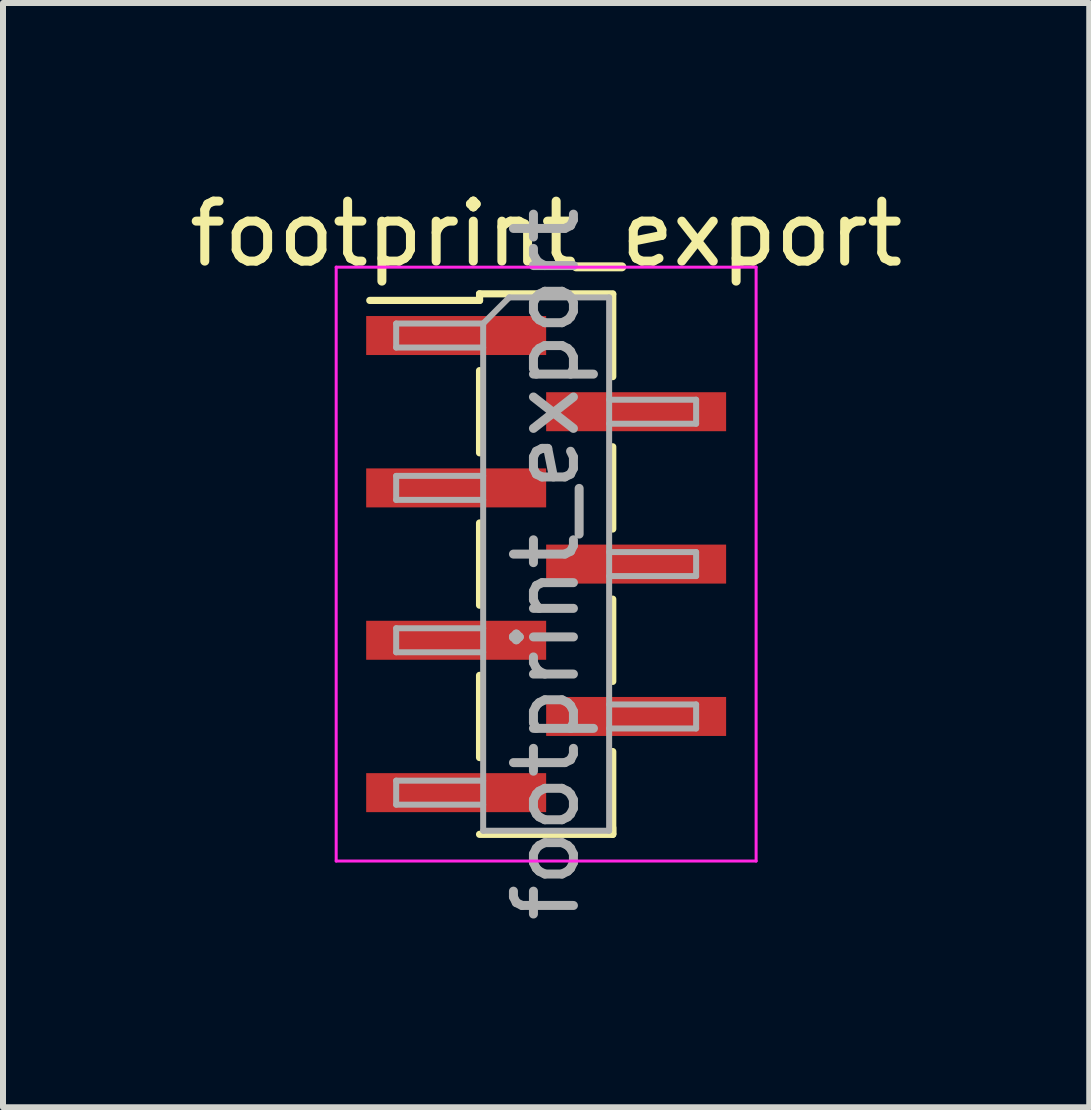
<source format=kicad_pcb>
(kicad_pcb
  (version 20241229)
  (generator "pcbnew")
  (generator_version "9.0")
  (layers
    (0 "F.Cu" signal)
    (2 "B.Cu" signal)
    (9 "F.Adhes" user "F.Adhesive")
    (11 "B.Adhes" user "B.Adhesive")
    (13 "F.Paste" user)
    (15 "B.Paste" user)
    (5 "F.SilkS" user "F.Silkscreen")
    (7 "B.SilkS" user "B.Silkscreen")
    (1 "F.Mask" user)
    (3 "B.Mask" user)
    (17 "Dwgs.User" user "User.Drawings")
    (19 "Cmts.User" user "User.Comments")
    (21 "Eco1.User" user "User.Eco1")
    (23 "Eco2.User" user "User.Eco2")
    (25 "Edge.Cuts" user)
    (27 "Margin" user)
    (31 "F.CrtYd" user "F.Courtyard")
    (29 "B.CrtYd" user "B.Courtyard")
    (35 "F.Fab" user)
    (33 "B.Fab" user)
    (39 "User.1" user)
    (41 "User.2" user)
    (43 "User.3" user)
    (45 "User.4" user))
  (footprint "footprint_export"
    (layer "F.Cu")
    (at 6.054 6.353)
    (property "Reference" "footprint_export" (at 0 -5.505 0) (layer "F.SilkS") (effects (font (size 1 1) (thickness 0.15))))
    (attr smd)
    (fp_line (start -1.11 -4.505) (end -1.11 -4.395) (stroke (width 0.12) (type solid)) (layer "F.SilkS"))
    (fp_line (start -1.11 -4.505) (end 1.11 -4.505) (stroke (width 0.12) (type solid)) (layer "F.SilkS"))
    (fp_line (start -1.11 -4.395) (end -2.94 -4.395) (stroke (width 0.12) (type solid)) (layer "F.SilkS"))
    (fp_line (start -1.11 -3.225) (end -1.11 -1.855) (stroke (width 0.12) (type solid)) (layer "F.SilkS"))
    (fp_line (start -1.11 -0.685) (end -1.11 0.685) (stroke (width 0.12) (type solid)) (layer "F.SilkS"))
    (fp_line (start -1.11 1.855) (end -1.11 3.225) (stroke (width 0.12) (type solid)) (layer "F.SilkS"))
    (fp_line (start -1.11 4.505) (end 1.11 4.505) (stroke (width 0.12) (type solid)) (layer "F.SilkS"))
    (fp_line (start 1.11 -4.495) (end 1.11 -3.125) (stroke (width 0.12) (type solid)) (layer "F.SilkS"))
    (fp_line (start 1.11 -1.955) (end 1.11 -0.585) (stroke (width 0.12) (type solid)) (layer "F.SilkS"))
    (fp_line (start 1.11 0.585) (end 1.11 1.955) (stroke (width 0.12) (type solid)) (layer "F.SilkS"))
    (fp_line (start 1.11 3.125) (end 1.11 4.495) (stroke (width 0.12) (type solid)) (layer "F.SilkS"))
    (fp_line (start 1.11 4.395) (end 1.11 4.505) (stroke (width 0.12) (type solid)) (layer "F.SilkS"))
    (fp_line (start -3.5 -4.95) (end -3.5 4.95) (stroke (width 0.05) (type solid)) (layer "F.CrtYd"))
    (fp_line (start -3.5 4.95) (end 3.5 4.95) (stroke (width 0.05) (type solid)) (layer "F.CrtYd"))
    (fp_line (start 3.5 -4.95) (end -3.5 -4.95) (stroke (width 0.05) (type solid)) (layer "F.CrtYd"))
    (fp_line (start 3.5 4.95) (end 3.5 -4.95) (stroke (width 0.05) (type solid)) (layer "F.CrtYd"))
    (fp_line (start -2.5 -4.01) (end -2.5 -3.61) (stroke (width 0.1) (type solid)) (layer "F.Fab"))
    (fp_line (start -2.5 -3.61) (end -1.05 -3.61) (stroke (width 0.1) (type solid)) (layer "F.Fab"))
    (fp_line (start -2.5 -1.47) (end -2.5 -1.07) (stroke (width 0.1) (type solid)) (layer "F.Fab"))
    (fp_line (start -2.5 -1.07) (end -1.05 -1.07) (stroke (width 0.1) (type solid)) (layer "F.Fab"))
    (fp_line (start -2.5 1.07) (end -2.5 1.47) (stroke (width 0.1) (type solid)) (layer "F.Fab"))
    (fp_line (start -2.5 1.47) (end -1.05 1.47) (stroke (width 0.1) (type solid)) (layer "F.Fab"))
    (fp_line (start -2.5 3.61) (end -2.5 4.01) (stroke (width 0.1) (type solid)) (layer "F.Fab"))
    (fp_line (start -2.5 4.01) (end -1.05 4.01) (stroke (width 0.1) (type solid)) (layer "F.Fab"))
    (fp_line (start -1.05 -4.01) (end -2.5 -4.01) (stroke (width 0.1) (type solid)) (layer "F.Fab"))
    (fp_line (start -1.05 -4.01) (end -0.615 -4.445) (stroke (width 0.1) (type solid)) (layer "F.Fab"))
    (fp_line (start -1.05 -1.47) (end -2.5 -1.47) (stroke (width 0.1) (type solid)) (layer "F.Fab"))
    (fp_line (start -1.05 1.07) (end -2.5 1.07) (stroke (width 0.1) (type solid)) (layer "F.Fab"))
    (fp_line (start -1.05 3.61) (end -2.5 3.61) (stroke (width 0.1) (type solid)) (layer "F.Fab"))
    (fp_line (start -1.05 4.445) (end -1.05 -4.01) (stroke (width 0.1) (type solid)) (layer "F.Fab"))
    (fp_line (start -0.615 -4.445) (end 1.05 -4.445) (stroke (width 0.1) (type solid)) (layer "F.Fab"))
    (fp_line (start 1.05 -4.445) (end 1.05 4.445) (stroke (width 0.1) (type solid)) (layer "F.Fab"))
    (fp_line (start 1.05 -2.74) (end 2.5 -2.74) (stroke (width 0.1) (type solid)) (layer "F.Fab"))
    (fp_line (start 1.05 -0.2) (end 2.5 -0.2) (stroke (width 0.1) (type solid)) (layer "F.Fab"))
    (fp_line (start 1.05 2.34) (end 2.5 2.34) (stroke (width 0.1) (type solid)) (layer "F.Fab"))
    (fp_line (start 1.05 4.445) (end -1.05 4.445) (stroke (width 0.1) (type solid)) (layer "F.Fab"))
    (fp_line (start 2.5 -2.74) (end 2.5 -2.34) (stroke (width 0.1) (type solid)) (layer "F.Fab"))
    (fp_line (start 2.5 -2.34) (end 1.05 -2.34) (stroke (width 0.1) (type solid)) (layer "F.Fab"))
    (fp_line (start 2.5 -0.2) (end 2.5 0.2) (stroke (width 0.1) (type solid)) (layer "F.Fab"))
    (fp_line (start 2.5 0.2) (end 1.05 0.2) (stroke (width 0.1) (type solid)) (layer "F.Fab"))
    (fp_line (start 2.5 2.34) (end 2.5 2.74) (stroke (width 0.1) (type solid)) (layer "F.Fab"))
    (fp_line (start 2.5 2.74) (end 1.05 2.74) (stroke (width 0.1) (type solid)) (layer "F.Fab"))
    (fp_text user "${REFERENCE}" (at 0 0 90) (layer "F.Fab") (effects (font (size 1 1) (thickness 0.15))))
    (pad "1" smd rect (at -1.5 -3.81) (size 3 0.65) (layers "F.Cu" "F.Mask" "F.Paste"))
    (pad "2" smd rect (at 1.5 -2.54) (size 3 0.65) (layers "F.Cu" "F.Mask" "F.Paste"))
    (pad "3" smd rect (at -1.5 -1.27) (size 3 0.65) (layers "F.Cu" "F.Mask" "F.Paste"))
    (pad "4" smd rect (at 1.5 0) (size 3 0.65) (layers "F.Cu" "F.Mask" "F.Paste"))
    (pad "5" smd rect (at -1.5 1.27) (size 3 0.65) (layers "F.Cu" "F.Mask" "F.Paste"))
    (pad "6" smd rect (at 1.5 2.54) (size 3 0.65) (layers "F.Cu" "F.Mask" "F.Paste"))
    (pad "7" smd rect (at -1.5 3.81) (size 3 0.65) (layers "F.Cu" "F.Mask" "F.Paste")))
  (gr_rect
    (start -3 -3)
    (end 15.107 15.407)
    (stroke (width 0.1) (type default))
    (fill no)
    (layer "Edge.Cuts")))
</source>
